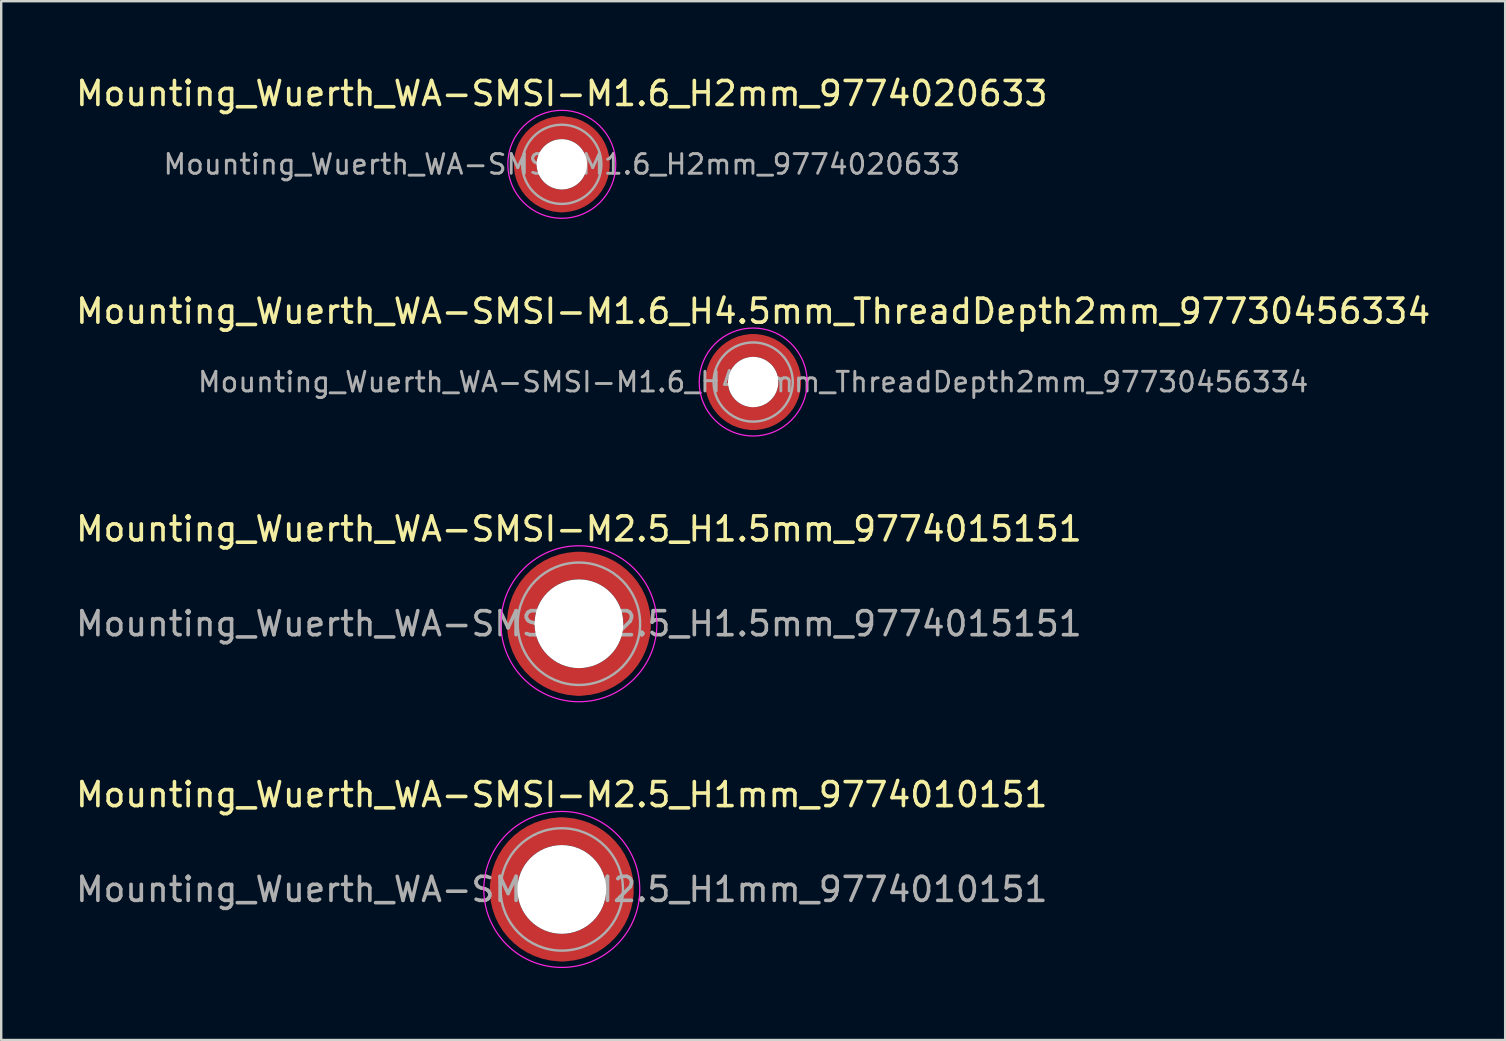
<source format=kicad_pcb>
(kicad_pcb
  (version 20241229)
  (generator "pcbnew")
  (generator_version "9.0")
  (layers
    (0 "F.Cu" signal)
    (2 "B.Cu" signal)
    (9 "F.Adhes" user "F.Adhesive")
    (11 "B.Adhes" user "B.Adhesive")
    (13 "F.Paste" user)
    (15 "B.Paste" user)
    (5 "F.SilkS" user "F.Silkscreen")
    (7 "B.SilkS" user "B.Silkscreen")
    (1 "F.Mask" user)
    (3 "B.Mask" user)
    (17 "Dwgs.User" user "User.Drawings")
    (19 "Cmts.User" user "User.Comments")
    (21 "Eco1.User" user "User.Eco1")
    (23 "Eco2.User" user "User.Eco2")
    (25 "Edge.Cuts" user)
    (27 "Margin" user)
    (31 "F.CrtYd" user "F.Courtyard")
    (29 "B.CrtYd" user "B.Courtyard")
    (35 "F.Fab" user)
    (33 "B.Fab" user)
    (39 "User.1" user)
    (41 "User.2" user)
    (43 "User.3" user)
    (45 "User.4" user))
  (footprint "Mounting_Wuerth_WA-SMSI-M2.5_H1.5mm_9774015151"
    (layer "F.Cu")
    (at 21.077 22.945)
    (property "Reference" "Mounting_Wuerth_WA-SMSI-M2.5_H1.5mm_9774015151" (at 0 -3.95 0) (layer "F.SilkS") (effects (font (size 1 1) (thickness 0.15))))
    (attr smd)
    (fp_circle (center 0 0) (end 3.25 0) (stroke (width 0.05) (type solid)) (fill no) (layer "F.CrtYd"))
    (fp_circle (center 0 0) (end 2.55 0) (stroke (width 0.1) (type solid)) (fill no) (layer "F.Fab"))
    (fp_text user "${REFERENCE}" (at 0 0 0) (layer "F.Fab") (effects (font (size 1 1) (thickness 0.15))))
    (pad "" smd custom (at -1.704 -1.704) (size 0.51 0.51) (layers "F.Paste") (options (anchor circle)) (primitives (gr_arc (start -0.250195 1.279127) (mid 0.289914 0.289914) (end 1.279127 -0.250195) (width 0.2)) (gr_arc (start -0.34334 1.279127) (mid 0.225488 0.225488) (end 1.279127 -0.34334) (width 0.2)) (gr_arc (start -0.436309 1.279127) (mid 0.161063 0.161063) (end 1.279127 -0.436309) (width 0.2)) (gr_arc (start -0.529126 1.279127) (mid 0.096638 0.096638) (end 1.279127 -0.529126) (width 0.2)) (gr_arc (start -0.621807 1.279127) (mid 0.032213 0.032213) (end 1.279127 -0.621807) (width 0.2)) (gr_arc (start -0.71437 1.279127) (mid -0.032213 -0.032213) (end 1.279127 -0.71437) (width 0.2)) (gr_arc (start -0.806826 1.279127) (mid -0.096638 -0.096638) (end 1.279127 -0.806826) (width 0.2)) (gr_arc (start -0.899187 1.279127) (mid -0.161063 -0.161063) (end 1.279127 -0.899187) (width 0.2)) (gr_arc (start -0.991463 1.279127) (mid -0.225488 -0.225488) (end 1.279127 -0.991463) (width 0.2)) (gr_arc (start -1.083663 1.279127) (mid -0.289914 -0.289914) (end 1.279127 -1.083663) (width 0.2)) (gr_line (start 1.279 -0.25) (end 1.279 -1.084) (width 0.2)) (gr_line (start -0.25 1.279) (end -1.084 1.279) (width 0.2))))
    (pad "" smd custom (at -1.704 1.704) (size 0.51 0.51) (layers "F.Paste") (options (anchor circle)) (primitives (gr_arc (start 1.279127 0.250195) (mid 0.289914 -0.289914) (end -0.250195 -1.279127) (width 0.2)) (gr_arc (start 1.279127 0.34334) (mid 0.225488 -0.225488) (end -0.34334 -1.279127) (width 0.2)) (gr_arc (start 1.279127 0.436309) (mid 0.161063 -0.161063) (end -0.436309 -1.279127) (width 0.2)) (gr_arc (start 1.279127 0.529126) (mid 0.096638 -0.096638) (end -0.529126 -1.279127) (width 0.2)) (gr_arc (start 1.279127 0.621807) (mid 0.032213 -0.032213) (end -0.621807 -1.279127) (width 0.2)) (gr_arc (start 1.279127 0.71437) (mid -0.032213 0.032213) (end -0.71437 -1.279127) (width 0.2)) (gr_arc (start 1.279127 0.806826) (mid -0.096638 0.096638) (end -0.806826 -1.279127) (width 0.2)) (gr_arc (start 1.279127 0.899187) (mid -0.161063 0.161063) (end -0.899187 -1.279127) (width 0.2)) (gr_arc (start 1.279127 0.991463) (mid -0.225488 0.225488) (end -0.991463 -1.279127) (width 0.2)) (gr_arc (start 1.279127 1.083663) (mid -0.289914 0.289914) (end -1.083663 -1.279127) (width 0.2)) (gr_line (start -0.25 -1.279) (end -1.084 -1.279) (width 0.2)) (gr_line (start 1.279 0.25) (end 1.279 1.084) (width 0.2))))
    (pad "" np_thru_hole circle (at 0 0) (size 3.7 3.7) (drill 3.7) (layers "*.Cu" "*.Mask"))
    (pad "" smd custom (at 1.704 -1.704) (size 0.51 0.51) (layers "F.Paste") (options (anchor circle)) (primitives (gr_arc (start -1.279127 -0.250195) (mid -0.289914 0.289914) (end 0.250195 1.279127) (width 0.2)) (gr_arc (start -1.279127 -0.34334) (mid -0.225488 0.225488) (end 0.34334 1.279127) (width 0.2)) (gr_arc (start -1.279127 -0.436309) (mid -0.161063 0.161063) (end 0.436309 1.279127) (width 0.2)) (gr_arc (start -1.279127 -0.529126) (mid -0.096638 0.096638) (end 0.529126 1.279127) (width 0.2)) (gr_arc (start -1.279127 -0.621807) (mid -0.032213 0.032213) (end 0.621807 1.279127) (width 0.2)) (gr_arc (start -1.279127 -0.71437) (mid 0.032213 -0.032213) (end 0.71437 1.279127) (width 0.2)) (gr_arc (start -1.279127 -0.806826) (mid 0.096638 -0.096638) (end 0.806826 1.279127) (width 0.2)) (gr_arc (start -1.279127 -0.899187) (mid 0.161063 -0.161063) (end 0.899187 1.279127) (width 0.2)) (gr_arc (start -1.279127 -0.991463) (mid 0.225488 -0.225488) (end 0.991463 1.279127) (width 0.2)) (gr_arc (start -1.279127 -1.083663) (mid 0.289914 -0.289914) (end 1.083663 1.279127) (width 0.2)) (gr_line (start 0.25 1.279) (end 1.084 1.279) (width 0.2)) (gr_line (start -1.279 -0.25) (end -1.279 -1.084) (width 0.2))))
    (pad "" smd custom (at 1.704 1.704) (size 0.51 0.51) (layers "F.Paste") (options (anchor circle)) (primitives (gr_arc (start 0.250195 -1.279127) (mid -0.289914 -0.289914) (end -1.279127 0.250195) (width 0.2)) (gr_arc (start 0.34334 -1.279127) (mid -0.225488 -0.225488) (end -1.279127 0.34334) (width 0.2)) (gr_arc (start 0.436309 -1.279127) (mid -0.161063 -0.161063) (end -1.279127 0.436309) (width 0.2)) (gr_arc (start 0.529126 -1.279127) (mid -0.096638 -0.096638) (end -1.279127 0.529126) (width 0.2)) (gr_arc (start 0.621807 -1.279127) (mid -0.032213 -0.032213) (end -1.279127 0.621807) (width 0.2)) (gr_arc (start 0.71437 -1.279127) (mid 0.032213 0.032213) (end -1.279127 0.71437) (width 0.2)) (gr_arc (start 0.806826 -1.279127) (mid 0.096638 0.096638) (end -1.279127 0.806826) (width 0.2)) (gr_arc (start 0.899187 -1.279127) (mid 0.161063 0.161063) (end -1.279127 0.899187) (width 0.2)) (gr_arc (start 0.991463 -1.279127) (mid 0.225488 0.225488) (end -1.279127 0.991463) (width 0.2)) (gr_arc (start 1.083663 -1.279127) (mid 0.289914 0.289914) (end -1.279127 1.083663) (width 0.2)) (gr_line (start -1.279 0.25) (end -1.279 1.084) (width 0.2)) (gr_line (start 0.25 -1.279) (end 1.084 -1.279) (width 0.2))))
    (pad "1" smd circle (at -2.425 0) (size 1.15 1.15) (layers "F.Cu"))
    (pad "1" smd circle (at 0 -2.425) (size 1.15 1.15) (layers "F.Cu"))
    (pad "1" smd circle (at 0 2.425) (size 1.15 1.15) (layers "F.Cu"))
    (pad "1" smd custom (at 2.425 0) (size 1.15 1.15) (layers "F.Cu" "F.Mask") (options (anchor circle)) (primitives (gr_circle (center -2.425 0) (end 0 0) (width 1.15) (fill no)))))
  (footprint "Mounting_Wuerth_WA-SMSI-M2.5_H1mm_9774010151"
    (layer "F.Cu")
    (at 20.363 34.018)
    (property "Reference" "Mounting_Wuerth_WA-SMSI-M2.5_H1mm_9774010151" (at 0 -3.95 0) (layer "F.SilkS") (effects (font (size 1 1) (thickness 0.15))))
    (attr smd)
    (fp_circle (center 0 0) (end 3.25 0) (stroke (width 0.05) (type solid)) (fill no) (layer "F.CrtYd"))
    (fp_circle (center 0 0) (end 2.55 0) (stroke (width 0.1) (type solid)) (fill no) (layer "F.Fab"))
    (fp_text user "${REFERENCE}" (at 0 0 0) (layer "F.Fab") (effects (font (size 1 1) (thickness 0.15))))
    (pad "" smd custom (at -1.704 -1.704) (size 0.51 0.51) (layers "F.Paste") (options (anchor circle)) (primitives (gr_arc (start -0.250195 1.279127) (mid 0.289914 0.289914) (end 1.279127 -0.250195) (width 0.2)) (gr_arc (start -0.34334 1.279127) (mid 0.225488 0.225488) (end 1.279127 -0.34334) (width 0.2)) (gr_arc (start -0.436309 1.279127) (mid 0.161063 0.161063) (end 1.279127 -0.436309) (width 0.2)) (gr_arc (start -0.529126 1.279127) (mid 0.096638 0.096638) (end 1.279127 -0.529126) (width 0.2)) (gr_arc (start -0.621807 1.279127) (mid 0.032213 0.032213) (end 1.279127 -0.621807) (width 0.2)) (gr_arc (start -0.71437 1.279127) (mid -0.032213 -0.032213) (end 1.279127 -0.71437) (width 0.2)) (gr_arc (start -0.806826 1.279127) (mid -0.096638 -0.096638) (end 1.279127 -0.806826) (width 0.2)) (gr_arc (start -0.899187 1.279127) (mid -0.161063 -0.161063) (end 1.279127 -0.899187) (width 0.2)) (gr_arc (start -0.991463 1.279127) (mid -0.225488 -0.225488) (end 1.279127 -0.991463) (width 0.2)) (gr_arc (start -1.083663 1.279127) (mid -0.289914 -0.289914) (end 1.279127 -1.083663) (width 0.2)) (gr_line (start 1.279 -0.25) (end 1.279 -1.084) (width 0.2)) (gr_line (start -0.25 1.279) (end -1.084 1.279) (width 0.2))))
    (pad "" smd custom (at -1.704 1.704) (size 0.51 0.51) (layers "F.Paste") (options (anchor circle)) (primitives (gr_arc (start 1.279127 0.250195) (mid 0.289914 -0.289914) (end -0.250195 -1.279127) (width 0.2)) (gr_arc (start 1.279127 0.34334) (mid 0.225488 -0.225488) (end -0.34334 -1.279127) (width 0.2)) (gr_arc (start 1.279127 0.436309) (mid 0.161063 -0.161063) (end -0.436309 -1.279127) (width 0.2)) (gr_arc (start 1.279127 0.529126) (mid 0.096638 -0.096638) (end -0.529126 -1.279127) (width 0.2)) (gr_arc (start 1.279127 0.621807) (mid 0.032213 -0.032213) (end -0.621807 -1.279127) (width 0.2)) (gr_arc (start 1.279127 0.71437) (mid -0.032213 0.032213) (end -0.71437 -1.279127) (width 0.2)) (gr_arc (start 1.279127 0.806826) (mid -0.096638 0.096638) (end -0.806826 -1.279127) (width 0.2)) (gr_arc (start 1.279127 0.899187) (mid -0.161063 0.161063) (end -0.899187 -1.279127) (width 0.2)) (gr_arc (start 1.279127 0.991463) (mid -0.225488 0.225488) (end -0.991463 -1.279127) (width 0.2)) (gr_arc (start 1.279127 1.083663) (mid -0.289914 0.289914) (end -1.083663 -1.279127) (width 0.2)) (gr_line (start -0.25 -1.279) (end -1.084 -1.279) (width 0.2)) (gr_line (start 1.279 0.25) (end 1.279 1.084) (width 0.2))))
    (pad "" np_thru_hole circle (at 0 0) (size 3.7 3.7) (drill 3.7) (layers "*.Cu" "*.Mask"))
    (pad "" smd custom (at 1.704 -1.704) (size 0.51 0.51) (layers "F.Paste") (options (anchor circle)) (primitives (gr_arc (start -1.279127 -0.250195) (mid -0.289914 0.289914) (end 0.250195 1.279127) (width 0.2)) (gr_arc (start -1.279127 -0.34334) (mid -0.225488 0.225488) (end 0.34334 1.279127) (width 0.2)) (gr_arc (start -1.279127 -0.436309) (mid -0.161063 0.161063) (end 0.436309 1.279127) (width 0.2)) (gr_arc (start -1.279127 -0.529126) (mid -0.096638 0.096638) (end 0.529126 1.279127) (width 0.2)) (gr_arc (start -1.279127 -0.621807) (mid -0.032213 0.032213) (end 0.621807 1.279127) (width 0.2)) (gr_arc (start -1.279127 -0.71437) (mid 0.032213 -0.032213) (end 0.71437 1.279127) (width 0.2)) (gr_arc (start -1.279127 -0.806826) (mid 0.096638 -0.096638) (end 0.806826 1.279127) (width 0.2)) (gr_arc (start -1.279127 -0.899187) (mid 0.161063 -0.161063) (end 0.899187 1.279127) (width 0.2)) (gr_arc (start -1.279127 -0.991463) (mid 0.225488 -0.225488) (end 0.991463 1.279127) (width 0.2)) (gr_arc (start -1.279127 -1.083663) (mid 0.289914 -0.289914) (end 1.083663 1.279127) (width 0.2)) (gr_line (start 0.25 1.279) (end 1.084 1.279) (width 0.2)) (gr_line (start -1.279 -0.25) (end -1.279 -1.084) (width 0.2))))
    (pad "" smd custom (at 1.704 1.704) (size 0.51 0.51) (layers "F.Paste") (options (anchor circle)) (primitives (gr_arc (start 0.250195 -1.279127) (mid -0.289914 -0.289914) (end -1.279127 0.250195) (width 0.2)) (gr_arc (start 0.34334 -1.279127) (mid -0.225488 -0.225488) (end -1.279127 0.34334) (width 0.2)) (gr_arc (start 0.436309 -1.279127) (mid -0.161063 -0.161063) (end -1.279127 0.436309) (width 0.2)) (gr_arc (start 0.529126 -1.279127) (mid -0.096638 -0.096638) (end -1.279127 0.529126) (width 0.2)) (gr_arc (start 0.621807 -1.279127) (mid -0.032213 -0.032213) (end -1.279127 0.621807) (width 0.2)) (gr_arc (start 0.71437 -1.279127) (mid 0.032213 0.032213) (end -1.279127 0.71437) (width 0.2)) (gr_arc (start 0.806826 -1.279127) (mid 0.096638 0.096638) (end -1.279127 0.806826) (width 0.2)) (gr_arc (start 0.899187 -1.279127) (mid 0.161063 0.161063) (end -1.279127 0.899187) (width 0.2)) (gr_arc (start 0.991463 -1.279127) (mid 0.225488 0.225488) (end -1.279127 0.991463) (width 0.2)) (gr_arc (start 1.083663 -1.279127) (mid 0.289914 0.289914) (end -1.279127 1.083663) (width 0.2)) (gr_line (start -1.279 0.25) (end -1.279 1.084) (width 0.2)) (gr_line (start 0.25 -1.279) (end 1.084 -1.279) (width 0.2))))
    (pad "1" smd circle (at -2.425 0) (size 1.15 1.15) (layers "F.Cu"))
    (pad "1" smd circle (at 0 -2.425) (size 1.15 1.15) (layers "F.Cu"))
    (pad "1" smd circle (at 0 2.425) (size 1.15 1.15) (layers "F.Cu"))
    (pad "1" smd custom (at 2.425 0) (size 1.15 1.15) (layers "F.Cu" "F.Mask") (options (anchor circle)) (primitives (gr_circle (center -2.425 0) (end 0 0) (width 1.15) (fill no)))))
  (footprint "Mounting_Wuerth_WA-SMSI-M1.6_H4.5mm_ThreadDepth2mm_97730456334"
    (layer "F.Cu")
    (at 28.339 12.871)
    (property "Reference" "Mounting_Wuerth_WA-SMSI-M1.6_H4.5mm_ThreadDepth2mm_97730456334" (at 0 -2.95 0) (layer "F.SilkS") (effects (font (size 1 1) (thickness 0.15))))
    (attr smd)
    (fp_circle (center 0 0) (end 2.25 0) (stroke (width 0.05) (type solid)) (fill no) (layer "F.CrtYd"))
    (fp_circle (center 0 0) (end 1.65 0) (stroke (width 0.1) (type solid)) (fill no) (layer "F.Fab"))
    (fp_text user "${REFERENCE}" (at 0 0 0) (layer "F.Fab") (effects (font (size 0.82 0.82) (thickness 0.12))))
    (pad "" smd custom (at -1.061 -1.061) (size 0.4 0.4) (layers "F.Paste") (options (anchor circle)) (primitives (gr_arc (start -0.101235 0.76066) (mid 0.212132 0.212132) (end 0.76066 -0.101235) (width 0.2)) (gr_arc (start -0.204251 0.76066) (mid 0.141421 0.141421) (end 0.76066 -0.204251) (width 0.2)) (gr_arc (start -0.306819 0.76066) (mid 0.070711 0.070711) (end 0.76066 -0.306819) (width 0.2)) (gr_arc (start -0.409034 0.76066) (mid 0 0) (end 0.76066 -0.409034) (width 0.2)) (gr_arc (start -0.510963 0.76066) (mid -0.070711 -0.070711) (end 0.76066 -0.510963) (width 0.2)) (gr_arc (start -0.61266 0.76066) (mid -0.141421 -0.141421) (end 0.76066 -0.61266) (width 0.2)) (gr_arc (start -0.714164 0.76066) (mid -0.212132 -0.212132) (end 0.76066 -0.714164) (width 0.2)) (gr_line (start 0.761 -0.101) (end 0.761 -0.714) (width 0.2)) (gr_line (start -0.101 0.761) (end -0.714 0.761) (width 0.2))))
    (pad "" smd custom (at -1.061 1.061) (size 0.4 0.4) (layers "F.Paste") (options (anchor circle)) (primitives (gr_arc (start 0.76066 0.101235) (mid 0.212132 -0.212132) (end -0.101235 -0.76066) (width 0.2)) (gr_arc (start 0.76066 0.204251) (mid 0.141421 -0.141421) (end -0.204251 -0.76066) (width 0.2)) (gr_arc (start 0.76066 0.306819) (mid 0.070711 -0.070711) (end -0.306819 -0.76066) (width 0.2)) (gr_arc (start 0.76066 0.409034) (mid 0 0) (end -0.409034 -0.76066) (width 0.2)) (gr_arc (start 0.76066 0.510963) (mid -0.070711 0.070711) (end -0.510963 -0.76066) (width 0.2)) (gr_arc (start 0.76066 0.61266) (mid -0.141421 0.141421) (end -0.61266 -0.76066) (width 0.2)) (gr_arc (start 0.76066 0.714164) (mid -0.212132 0.212132) (end -0.714164 -0.76066) (width 0.2)) (gr_line (start -0.101 -0.761) (end -0.714 -0.761) (width 0.2)) (gr_line (start 0.761 0.101) (end 0.761 0.714) (width 0.2))))
    (pad "" np_thru_hole circle (at 0 0) (size 2.1 2.1) (drill 2.1) (layers "*.Cu" "*.Mask"))
    (pad "" smd custom (at 1.061 -1.061) (size 0.4 0.4) (layers "F.Paste") (options (anchor circle)) (primitives (gr_arc (start -0.76066 -0.101235) (mid -0.212132 0.212132) (end 0.101235 0.76066) (width 0.2)) (gr_arc (start -0.76066 -0.204251) (mid -0.141421 0.141421) (end 0.204251 0.76066) (width 0.2)) (gr_arc (start -0.76066 -0.306819) (mid -0.070711 0.070711) (end 0.306819 0.76066) (width 0.2)) (gr_arc (start -0.76066 -0.409034) (mid 0 0) (end 0.409034 0.76066) (width 0.2)) (gr_arc (start -0.76066 -0.510963) (mid 0.070711 -0.070711) (end 0.510963 0.76066) (width 0.2)) (gr_arc (start -0.76066 -0.61266) (mid 0.141421 -0.141421) (end 0.61266 0.76066) (width 0.2)) (gr_arc (start -0.76066 -0.714164) (mid 0.212132 -0.212132) (end 0.714164 0.76066) (width 0.2)) (gr_line (start 0.101 0.761) (end 0.714 0.761) (width 0.2)) (gr_line (start -0.761 -0.101) (end -0.761 -0.714) (width 0.2))))
    (pad "" smd custom (at 1.061 1.061) (size 0.4 0.4) (layers "F.Paste") (options (anchor circle)) (primitives (gr_arc (start 0.101235 -0.76066) (mid -0.212132 -0.212132) (end -0.76066 0.101235) (width 0.2)) (gr_arc (start 0.204251 -0.76066) (mid -0.141421 -0.141421) (end -0.76066 0.204251) (width 0.2)) (gr_arc (start 0.306819 -0.76066) (mid -0.070711 -0.070711) (end -0.76066 0.306819) (width 0.2)) (gr_arc (start 0.409034 -0.76066) (mid 0 0) (end -0.76066 0.409034) (width 0.2)) (gr_arc (start 0.510963 -0.76066) (mid 0.070711 0.070711) (end -0.76066 0.510963) (width 0.2)) (gr_arc (start 0.61266 -0.76066) (mid 0.141421 0.141421) (end -0.76066 0.61266) (width 0.2)) (gr_arc (start 0.714164 -0.76066) (mid 0.212132 0.212132) (end -0.76066 0.714164) (width 0.2)) (gr_line (start -0.761 0.101) (end -0.761 0.714) (width 0.2)) (gr_line (start 0.101 -0.761) (end 0.714 -0.761) (width 0.2))))
    (pad "1" smd circle (at -1.525 0) (size 0.95 0.95) (layers "F.Cu"))
    (pad "1" smd circle (at 0 -1.525) (size 0.95 0.95) (layers "F.Cu"))
    (pad "1" smd circle (at 0 1.525) (size 0.95 0.95) (layers "F.Cu"))
    (pad "1" smd custom (at 1.525 0) (size 0.95 0.95) (layers "F.Cu" "F.Mask") (options (anchor circle)) (primitives (gr_circle (center -1.525 0) (end 0 0) (width 0.95) (fill no)))))
  (footprint "Mounting_Wuerth_WA-SMSI-M1.6_H2mm_9774020633"
    (layer "F.Cu")
    (at 20.363 3.798)
    (property "Reference" "Mounting_Wuerth_WA-SMSI-M1.6_H2mm_9774020633" (at 0 -2.95 0) (layer "F.SilkS") (effects (font (size 1 1) (thickness 0.15))))
    (attr smd)
    (fp_circle (center 0 0) (end 2.25 0) (stroke (width 0.05) (type solid)) (fill no) (layer "F.CrtYd"))
    (fp_circle (center 0 0) (end 1.65 0) (stroke (width 0.1) (type solid)) (fill no) (layer "F.Fab"))
    (fp_text user "${REFERENCE}" (at 0 0 0) (layer "F.Fab") (effects (font (size 0.82 0.82) (thickness 0.12))))
    (pad "" smd custom (at -1.061 -1.061) (size 0.8 0.8) (layers "F.Paste") (options (anchor circle)) (primitives (gr_arc (start -0.176272 0.66066) (mid 0.141421 0.141421) (end 0.66066 -0.176272) (width 0.4)) (gr_arc (start -0.385023 0.66066) (mid 0 0) (end 0.66066 -0.385023) (width 0.4)) (gr_arc (start -0.591611 0.66066) (mid -0.141421 -0.141421) (end 0.66066 -0.591611) (width 0.4)) (gr_line (start 0.661 -0.176) (end 0.661 -0.592) (width 0.4)) (gr_line (start -0.176 0.661) (end -0.592 0.661) (width 0.4))))
    (pad "" smd custom (at -1.061 1.061) (size 0.8 0.8) (layers "F.Paste") (options (anchor circle)) (primitives (gr_arc (start 0.66066 0.176272) (mid 0.141421 -0.141421) (end -0.176272 -0.66066) (width 0.4)) (gr_arc (start 0.66066 0.385023) (mid 0 0) (end -0.385023 -0.66066) (width 0.4)) (gr_arc (start 0.66066 0.591611) (mid -0.141421 0.141421) (end -0.591611 -0.66066) (width 0.4)) (gr_line (start -0.176 -0.661) (end -0.592 -0.661) (width 0.4)) (gr_line (start 0.661 0.176) (end 0.661 0.592) (width 0.4))))
    (pad "" np_thru_hole circle (at 0 0) (size 2.1 2.1) (drill 2.1) (layers "*.Cu" "*.Mask"))
    (pad "" smd custom (at 1.061 -1.061) (size 0.8 0.8) (layers "F.Paste") (options (anchor circle)) (primitives (gr_arc (start -0.66066 -0.176272) (mid -0.141421 0.141421) (end 0.176272 0.66066) (width 0.4)) (gr_arc (start -0.66066 -0.385023) (mid 0 0) (end 0.385023 0.66066) (width 0.4)) (gr_arc (start -0.66066 -0.591611) (mid 0.141421 -0.141421) (end 0.591611 0.66066) (width 0.4)) (gr_line (start 0.176 0.661) (end 0.592 0.661) (width 0.4)) (gr_line (start -0.661 -0.176) (end -0.661 -0.592) (width 0.4))))
    (pad "" smd custom (at 1.061 1.061) (size 0.8 0.8) (layers "F.Paste") (options (anchor circle)) (primitives (gr_arc (start 0.176272 -0.66066) (mid -0.141421 -0.141421) (end -0.66066 0.176272) (width 0.4)) (gr_arc (start 0.385023 -0.66066) (mid 0 0) (end -0.66066 0.385023) (width 0.4)) (gr_arc (start 0.591611 -0.66066) (mid 0.141421 0.141421) (end -0.66066 0.591611) (width 0.4)) (gr_line (start -0.661 0.176) (end -0.661 0.592) (width 0.4)) (gr_line (start 0.176 -0.661) (end 0.592 -0.661) (width 0.4))))
    (pad "1" smd circle (at -1.525 0) (size 0.95 0.95) (layers "F.Cu"))
    (pad "1" smd circle (at 0 -1.525) (size 0.95 0.95) (layers "F.Cu"))
    (pad "1" smd circle (at 0 1.525) (size 0.95 0.95) (layers "F.Cu"))
    (pad "1" smd custom (at 1.525 0) (size 0.95 0.95) (layers "F.Cu" "F.Mask") (options (anchor circle)) (primitives (gr_circle (center -1.525 0) (end 0 0) (width 0.95) (fill no)))))
  (gr_rect
    (start -3 -3)
    (end 59.679 40.293)
    (stroke (width 0.1) (type default))
    (fill no)
    (layer "Edge.Cuts")))
</source>
